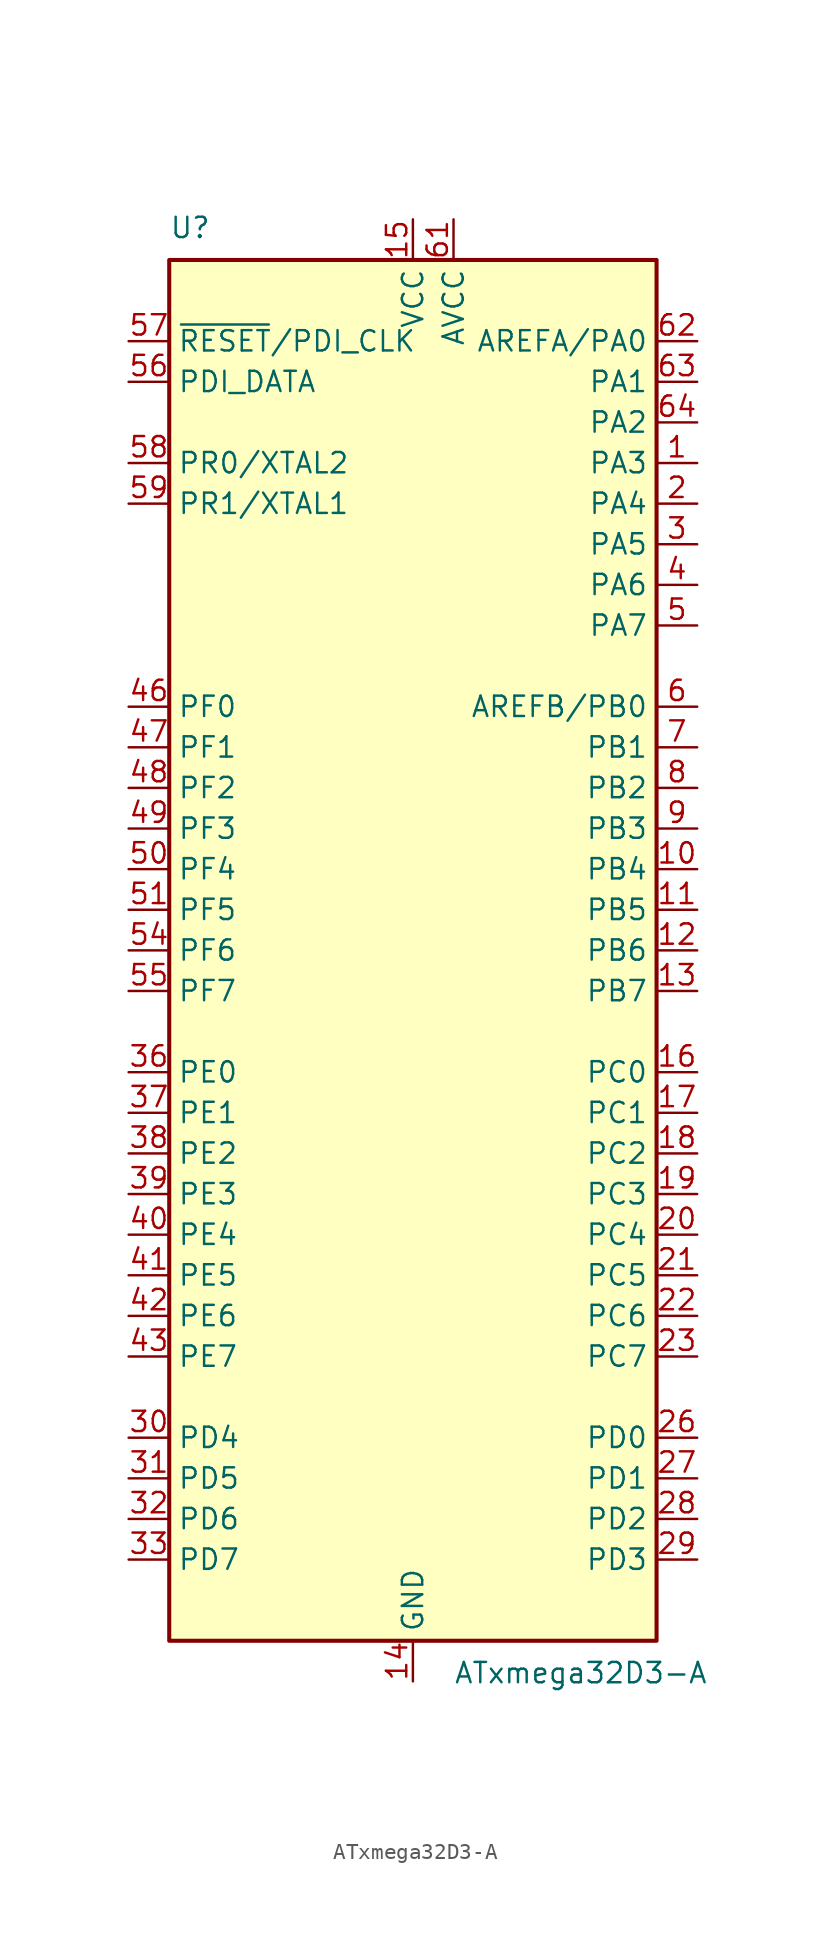
<source format=kicad_sym>
(kicad_symbol_lib
  (version 20241209)
  (generator "kicad_symbol_editor")
  (generator_version "9.0")
  (symbol "ATxmega32D3-A"
    (property "Reference" "U"
      (at -15.24 44.45 0)
      (effects (font (size 1.27 1.27)) (justify left bottom)))
    (property "Value" "ATxmega32D3-A"
      (at 2.54 -44.45 0)
      (effects (font (size 1.27 1.27)) (justify left top)))
    (symbol "ATxmega32D3-A_0_1"
      (rectangle (start -15.24 -43.18) (end 15.24 43.18) (stroke (width 0.254) (type default)) (fill (type background))))
    (symbol "ATxmega32D3-A_1_1"
      (pin input line (at -17.78 38.1 0) (length 2.54) (name "~{RESET}/PDI_CLK" (effects (font (size 1.27 1.27)))) (number "57" (effects (font (size 1.27 1.27)))))
      (pin bidirectional line (at -17.78 35.56 0) (length 2.54) (name "PDI_DATA" (effects (font (size 1.27 1.27)))) (number "56" (effects (font (size 1.27 1.27)))))
      (pin bidirectional line (at -17.78 30.48 0) (length 2.54) (name "PR0/XTAL2" (effects (font (size 1.27 1.27)))) (number "58" (effects (font (size 1.27 1.27)))))
      (pin bidirectional line (at -17.78 27.94 0) (length 2.54) (name "PR1/XTAL1" (effects (font (size 1.27 1.27)))) (number "59" (effects (font (size 1.27 1.27)))))
      (pin bidirectional line (at -17.78 15.24 0) (length 2.54) (name "PF0" (effects (font (size 1.27 1.27)))) (number "46" (effects (font (size 1.27 1.27)))))
      (pin bidirectional line (at -17.78 12.7 0) (length 2.54) (name "PF1" (effects (font (size 1.27 1.27)))) (number "47" (effects (font (size 1.27 1.27)))))
      (pin bidirectional line (at -17.78 10.16 0) (length 2.54) (name "PF2" (effects (font (size 1.27 1.27)))) (number "48" (effects (font (size 1.27 1.27)))))
      (pin bidirectional line (at -17.78 7.62 0) (length 2.54) (name "PF3" (effects (font (size 1.27 1.27)))) (number "49" (effects (font (size 1.27 1.27)))))
      (pin bidirectional line (at -17.78 5.08 0) (length 2.54) (name "PF4" (effects (font (size 1.27 1.27)))) (number "50" (effects (font (size 1.27 1.27)))))
      (pin bidirectional line (at -17.78 2.54 0) (length 2.54) (name "PF5" (effects (font (size 1.27 1.27)))) (number "51" (effects (font (size 1.27 1.27)))))
      (pin bidirectional line (at -17.78 0 0) (length 2.54) (name "PF6" (effects (font (size 1.27 1.27)))) (number "54" (effects (font (size 1.27 1.27)))))
      (pin bidirectional line (at -17.78 -2.54 0) (length 2.54) (name "PF7" (effects (font (size 1.27 1.27)))) (number "55" (effects (font (size 1.27 1.27)))))
      (pin bidirectional line (at -17.78 -7.62 0) (length 2.54) (name "PE0" (effects (font (size 1.27 1.27)))) (number "36" (effects (font (size 1.27 1.27)))))
      (pin bidirectional line (at -17.78 -10.16 0) (length 2.54) (name "PE1" (effects (font (size 1.27 1.27)))) (number "37" (effects (font (size 1.27 1.27)))))
      (pin bidirectional line (at -17.78 -12.7 0) (length 2.54) (name "PE2" (effects (font (size 1.27 1.27)))) (number "38" (effects (font (size 1.27 1.27)))))
      (pin bidirectional line (at -17.78 -15.24 0) (length 2.54) (name "PE3" (effects (font (size 1.27 1.27)))) (number "39" (effects (font (size 1.27 1.27)))))
      (pin bidirectional line (at -17.78 -17.78 0) (length 2.54) (name "PE4" (effects (font (size 1.27 1.27)))) (number "40" (effects (font (size 1.27 1.27)))))
      (pin bidirectional line (at -17.78 -20.32 0) (length 2.54) (name "PE5" (effects (font (size 1.27 1.27)))) (number "41" (effects (font (size 1.27 1.27)))))
      (pin bidirectional line (at -17.78 -22.86 0) (length 2.54) (name "PE6" (effects (font (size 1.27 1.27)))) (number "42" (effects (font (size 1.27 1.27)))))
      (pin bidirectional line (at -17.78 -25.4 0) (length 2.54) (name "PE7" (effects (font (size 1.27 1.27)))) (number "43" (effects (font (size 1.27 1.27)))))
      (pin bidirectional line (at -17.78 -30.48 0) (length 2.54) (name "PD4" (effects (font (size 1.27 1.27)))) (number "30" (effects (font (size 1.27 1.27)))))
      (pin bidirectional line (at -17.78 -33.02 0) (length 2.54) (name "PD5" (effects (font (size 1.27 1.27)))) (number "31" (effects (font (size 1.27 1.27)))))
      (pin bidirectional line (at -17.78 -35.56 0) (length 2.54) (name "PD6" (effects (font (size 1.27 1.27)))) (number "32" (effects (font (size 1.27 1.27)))))
      (pin bidirectional line (at -17.78 -38.1 0) (length 2.54) (name "PD7" (effects (font (size 1.27 1.27)))) (number "33" (effects (font (size 1.27 1.27)))))
      (pin power_in line (at 0 45.72 270) (length 2.54) (name "VCC" (effects (font (size 1.27 1.27)))) (number "15" (effects (font (size 1.27 1.27)))))
      (pin passive line (at 0 45.72 270) (length 2.54) (hide yes) (name "VCC" (effects (font (size 1.27 1.27)))) (number "25" (effects (font (size 1.27 1.27)))))
      (pin passive line (at 0 45.72 270) (length 2.54) (hide yes) (name "VCC" (effects (font (size 1.27 1.27)))) (number "35" (effects (font (size 1.27 1.27)))))
      (pin passive line (at 0 45.72 270) (length 2.54) (hide yes) (name "VCC" (effects (font (size 1.27 1.27)))) (number "45" (effects (font (size 1.27 1.27)))))
      (pin passive line (at 0 45.72 270) (length 2.54) (hide yes) (name "VCC" (effects (font (size 1.27 1.27)))) (number "53" (effects (font (size 1.27 1.27)))))
      (pin power_in line (at 0 -45.72 90) (length 2.54) (name "GND" (effects (font (size 1.27 1.27)))) (number "14" (effects (font (size 1.27 1.27)))))
      (pin passive line (at 0 -45.72 90) (length 2.54) (hide yes) (name "GND" (effects (font (size 1.27 1.27)))) (number "24" (effects (font (size 1.27 1.27)))))
      (pin passive line (at 0 -45.72 90) (length 2.54) (hide yes) (name "GND" (effects (font (size 1.27 1.27)))) (number "34" (effects (font (size 1.27 1.27)))))
      (pin passive line (at 0 -45.72 90) (length 2.54) (hide yes) (name "GND" (effects (font (size 1.27 1.27)))) (number "44" (effects (font (size 1.27 1.27)))))
      (pin passive line (at 0 -45.72 90) (length 2.54) (hide yes) (name "GND" (effects (font (size 1.27 1.27)))) (number "52" (effects (font (size 1.27 1.27)))))
      (pin passive line (at 0 -45.72 90) (length 2.54) (hide yes) (name "GND" (effects (font (size 1.27 1.27)))) (number "60" (effects (font (size 1.27 1.27)))))
      (pin power_in line (at 2.54 45.72 270) (length 2.54) (name "AVCC" (effects (font (size 1.27 1.27)))) (number "61" (effects (font (size 1.27 1.27)))))
      (pin bidirectional line (at 17.78 38.1 180) (length 2.54) (name "AREFA/PA0" (effects (font (size 1.27 1.27)))) (number "62" (effects (font (size 1.27 1.27)))))
      (pin bidirectional line (at 17.78 35.56 180) (length 2.54) (name "PA1" (effects (font (size 1.27 1.27)))) (number "63" (effects (font (size 1.27 1.27)))))
      (pin bidirectional line (at 17.78 33.02 180) (length 2.54) (name "PA2" (effects (font (size 1.27 1.27)))) (number "64" (effects (font (size 1.27 1.27)))))
      (pin bidirectional line (at 17.78 30.48 180) (length 2.54) (name "PA3" (effects (font (size 1.27 1.27)))) (number "1" (effects (font (size 1.27 1.27)))))
      (pin bidirectional line (at 17.78 27.94 180) (length 2.54) (name "PA4" (effects (font (size 1.27 1.27)))) (number "2" (effects (font (size 1.27 1.27)))))
      (pin bidirectional line (at 17.78 25.4 180) (length 2.54) (name "PA5" (effects (font (size 1.27 1.27)))) (number "3" (effects (font (size 1.27 1.27)))))
      (pin bidirectional line (at 17.78 22.86 180) (length 2.54) (name "PA6" (effects (font (size 1.27 1.27)))) (number "4" (effects (font (size 1.27 1.27)))))
      (pin bidirectional line (at 17.78 20.32 180) (length 2.54) (name "PA7" (effects (font (size 1.27 1.27)))) (number "5" (effects (font (size 1.27 1.27)))))
      (pin bidirectional line (at 17.78 15.24 180) (length 2.54) (name "AREFB/PB0" (effects (font (size 1.27 1.27)))) (number "6" (effects (font (size 1.27 1.27)))))
      (pin bidirectional line (at 17.78 12.7 180) (length 2.54) (name "PB1" (effects (font (size 1.27 1.27)))) (number "7" (effects (font (size 1.27 1.27)))))
      (pin bidirectional line (at 17.78 10.16 180) (length 2.54) (name "PB2" (effects (font (size 1.27 1.27)))) (number "8" (effects (font (size 1.27 1.27)))))
      (pin bidirectional line (at 17.78 7.62 180) (length 2.54) (name "PB3" (effects (font (size 1.27 1.27)))) (number "9" (effects (font (size 1.27 1.27)))))
      (pin bidirectional line (at 17.78 5.08 180) (length 2.54) (name "PB4" (effects (font (size 1.27 1.27)))) (number "10" (effects (font (size 1.27 1.27)))))
      (pin bidirectional line (at 17.78 2.54 180) (length 2.54) (name "PB5" (effects (font (size 1.27 1.27)))) (number "11" (effects (font (size 1.27 1.27)))))
      (pin bidirectional line (at 17.78 0 180) (length 2.54) (name "PB6" (effects (font (size 1.27 1.27)))) (number "12" (effects (font (size 1.27 1.27)))))
      (pin bidirectional line (at 17.78 -2.54 180) (length 2.54) (name "PB7" (effects (font (size 1.27 1.27)))) (number "13" (effects (font (size 1.27 1.27)))))
      (pin bidirectional line (at 17.78 -7.62 180) (length 2.54) (name "PC0" (effects (font (size 1.27 1.27)))) (number "16" (effects (font (size 1.27 1.27)))))
      (pin bidirectional line (at 17.78 -10.16 180) (length 2.54) (name "PC1" (effects (font (size 1.27 1.27)))) (number "17" (effects (font (size 1.27 1.27)))))
      (pin bidirectional line (at 17.78 -12.7 180) (length 2.54) (name "PC2" (effects (font (size 1.27 1.27)))) (number "18" (effects (font (size 1.27 1.27)))))
      (pin bidirectional line (at 17.78 -15.24 180) (length 2.54) (name "PC3" (effects (font (size 1.27 1.27)))) (number "19" (effects (font (size 1.27 1.27)))))
      (pin bidirectional line (at 17.78 -17.78 180) (length 2.54) (name "PC4" (effects (font (size 1.27 1.27)))) (number "20" (effects (font (size 1.27 1.27)))))
      (pin bidirectional line (at 17.78 -20.32 180) (length 2.54) (name "PC5" (effects (font (size 1.27 1.27)))) (number "21" (effects (font (size 1.27 1.27)))))
      (pin bidirectional line (at 17.78 -22.86 180) (length 2.54) (name "PC6" (effects (font (size 1.27 1.27)))) (number "22" (effects (font (size 1.27 1.27)))))
      (pin bidirectional line (at 17.78 -25.4 180) (length 2.54) (name "PC7" (effects (font (size 1.27 1.27)))) (number "23" (effects (font (size 1.27 1.27)))))
      (pin bidirectional line (at 17.78 -30.48 180) (length 2.54) (name "PD0" (effects (font (size 1.27 1.27)))) (number "26" (effects (font (size 1.27 1.27)))))
      (pin bidirectional line (at 17.78 -33.02 180) (length 2.54) (name "PD1" (effects (font (size 1.27 1.27)))) (number "27" (effects (font (size 1.27 1.27)))))
      (pin bidirectional line (at 17.78 -35.56 180) (length 2.54) (name "PD2" (effects (font (size 1.27 1.27)))) (number "28" (effects (font (size 1.27 1.27)))))
      (pin bidirectional line (at 17.78 -38.1 180) (length 2.54) (name "PD3" (effects (font (size 1.27 1.27)))) (number "29" (effects (font (size 1.27 1.27))))))))
</source>
